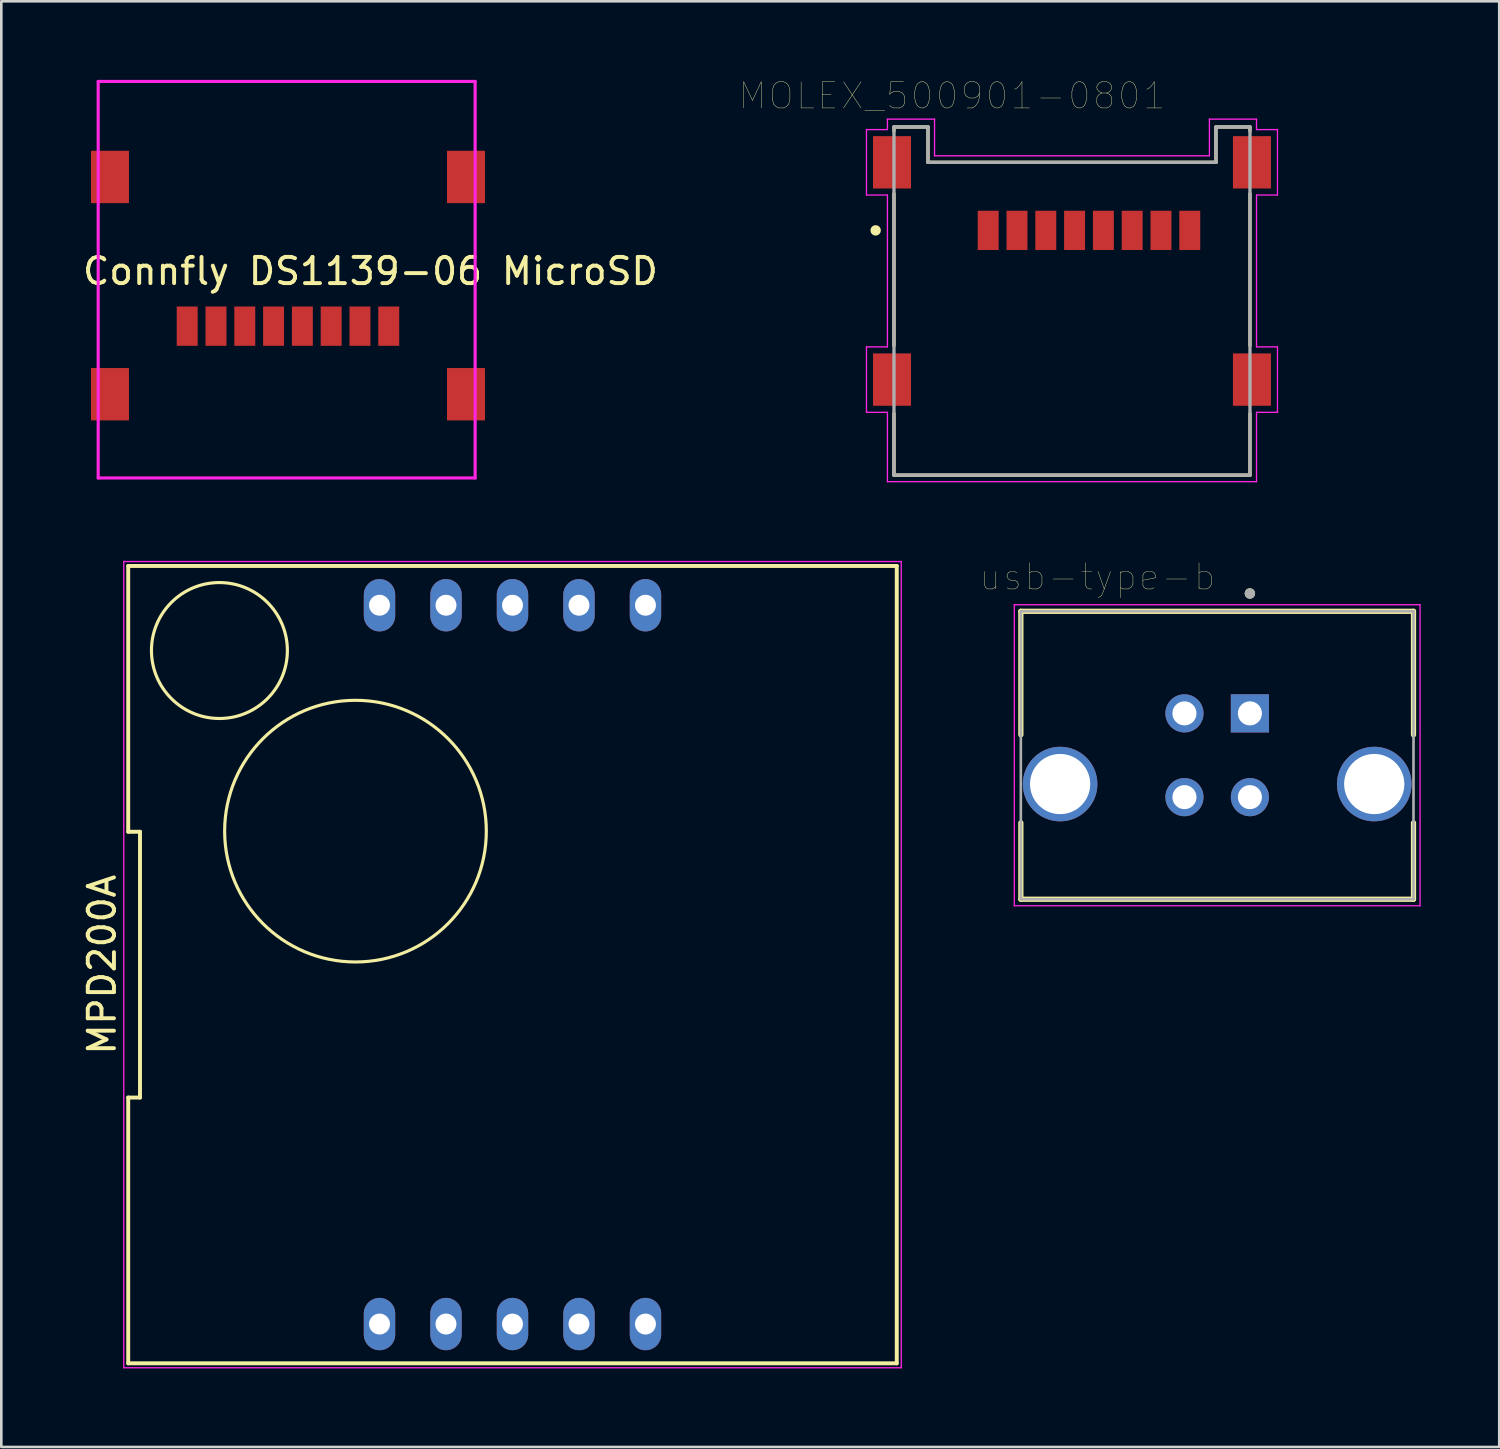
<source format=kicad_pcb>
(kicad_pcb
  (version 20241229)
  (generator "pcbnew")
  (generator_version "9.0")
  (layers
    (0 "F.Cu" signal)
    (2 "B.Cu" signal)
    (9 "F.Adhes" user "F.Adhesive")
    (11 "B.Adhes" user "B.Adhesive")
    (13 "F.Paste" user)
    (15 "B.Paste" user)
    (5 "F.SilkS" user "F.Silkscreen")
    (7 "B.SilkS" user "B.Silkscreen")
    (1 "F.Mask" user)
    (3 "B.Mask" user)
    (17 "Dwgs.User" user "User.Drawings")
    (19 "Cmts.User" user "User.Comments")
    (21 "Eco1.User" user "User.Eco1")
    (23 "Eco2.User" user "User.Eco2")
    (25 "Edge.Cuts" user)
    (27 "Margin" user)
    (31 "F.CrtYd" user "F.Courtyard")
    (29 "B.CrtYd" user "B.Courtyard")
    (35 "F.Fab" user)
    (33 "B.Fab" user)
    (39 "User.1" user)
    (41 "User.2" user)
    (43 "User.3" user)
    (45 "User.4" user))
  (footprint "usb-type-b"
    (layer "F.Cu")
    (at 43.448 25.802)
    (property "Reference" "usb-type-b" (at -4.575 -6.815 0) (layer "F.SilkS") (effects (font (size 1 1) (thickness 0.015))))
    (attr through_hole)
    (fp_line (start -7.5 -5.5) (end 7.5 -5.5) (stroke (width 0.2) (type solid)) (layer "F.SilkS"))
    (fp_line (start -7.5 -0.78) (end -7.5 -5.5) (stroke (width 0.2) (type solid)) (layer "F.SilkS"))
    (fp_line (start -7.5 5.5) (end -7.5 2.58) (stroke (width 0.2) (type solid)) (layer "F.SilkS"))
    (fp_line (start 7.5 -5.5) (end 7.5 -0.78) (stroke (width 0.2) (type solid)) (layer "F.SilkS"))
    (fp_line (start 7.5 2.58) (end 7.5 5.5) (stroke (width 0.2) (type solid)) (layer "F.SilkS"))
    (fp_line (start 7.5 5.5) (end -7.5 5.5) (stroke (width 0.2) (type solid)) (layer "F.SilkS"))
    (fp_circle (center 1.25 -6.18) (end 1.35 -6.18) (stroke (width 0.2) (type solid)) (fill no) (layer "F.SilkS"))
    (fp_line (start -7.75 -5.75) (end 7.75 -5.75) (stroke (width 0.05) (type solid)) (layer "F.CrtYd"))
    (fp_line (start -7.75 5.75) (end -7.75 -5.75) (stroke (width 0.05) (type solid)) (layer "F.CrtYd"))
    (fp_line (start 7.75 -5.75) (end 7.75 5.75) (stroke (width 0.05) (type solid)) (layer "F.CrtYd"))
    (fp_line (start 7.75 5.75) (end -7.75 5.75) (stroke (width 0.05) (type solid)) (layer "F.CrtYd"))
    (fp_line (start -7.5 -5.5) (end 7.5 -5.5) (stroke (width 0.1) (type solid)) (layer "F.Fab"))
    (fp_line (start -7.5 5.5) (end -7.5 -5.5) (stroke (width 0.1) (type solid)) (layer "F.Fab"))
    (fp_line (start 7.5 -5.5) (end 7.5 5.5) (stroke (width 0.1) (type solid)) (layer "F.Fab"))
    (fp_line (start 7.5 5.5) (end -7.5 5.5) (stroke (width 0.1) (type solid)) (layer "F.Fab"))
    (fp_circle (center 1.25 -6.18) (end 1.35 -6.18) (stroke (width 0.2) (type solid)) (fill no) (layer "F.Fab"))
    (pad "1" thru_hole rect (at 1.25 -1.6) (size 1.458 1.458) (drill 0.92) (layers "*.Cu" "*.Mask"))
    (pad "2" thru_hole circle (at -1.25 -1.6) (size 1.458 1.458) (drill 0.92) (layers "*.Cu" "*.Mask"))
    (pad "3" thru_hole circle (at -1.25 1.6) (size 1.458 1.458) (drill 0.92) (layers "*.Cu" "*.Mask"))
    (pad "4" thru_hole circle (at 1.25 1.6) (size 1.458 1.458) (drill 0.92) (layers "*.Cu" "*.Mask"))
    (pad "5" thru_hole circle (at -6 1.1) (size 2.85 2.85) (drill 2.3) (layers "*.Cu" "*.Mask"))
    (pad "5" thru_hole circle (at 6 1.1) (size 2.85 2.85) (drill 2.3) (layers "*.Cu" "*.Mask")))
  (footprint "MPD200A"
    (layer "F.Cu")
    (at 16.528 33.801)
    (property "Reference" "MPD200A" (at -15.68 0 90) (layer "F.SilkS") (effects (font (size 1 1) (thickness 0.15))))
    (attr through_hole)
    (fp_line (start -14.68 -5.077) (end -14.23 -5.077) (stroke (width 0.15) (type solid)) (layer "F.SilkS"))
    (fp_line (start -14.68 5.077) (end -14.68 15.23) (stroke (width 0.15) (type solid)) (layer "F.SilkS"))
    (fp_line (start -14.68 15.23) (end 14.68 15.23) (stroke (width 0.15) (type solid)) (layer "F.SilkS"))
    (fp_line (start -14.68 -15.23) (end -14.68 -5.077) (stroke (width 0.15) (type solid)) (layer "F.SilkS"))
    (fp_line (start -14.23 -5.077) (end -14.23 5.077) (stroke (width 0.15) (type solid)) (layer "F.SilkS"))
    (fp_line (start -14.23 5.077) (end -14.68 5.077) (stroke (width 0.15) (type solid)) (layer "F.SilkS"))
    (fp_line (start 14.68 15.23) (end 14.68 -15.23) (stroke (width 0.15) (type solid)) (layer "F.SilkS"))
    (fp_line (start 14.68 -15.23) (end -14.68 -15.23) (stroke (width 0.15) (type solid)) (layer "F.SilkS"))
    (fp_circle (center -11.196 -12) (end -8.696 -12.7) (stroke (width 0.12) (type solid)) (fill no) (layer "F.SilkS"))
    (fp_circle (center -5.998 -5.1) (end -1.298 -6.8) (stroke (width 0.12) (type solid)) (fill no) (layer "F.SilkS"))
    (fp_line (start -14.85 -15.4) (end 14.85 -15.4) (stroke (width 0.05) (type solid)) (layer "F.CrtYd"))
    (fp_line (start -14.85 15.4) (end -14.85 -15.4) (stroke (width 0.05) (type solid)) (layer "F.CrtYd"))
    (fp_line (start 14.85 -15.4) (end 14.85 15.4) (stroke (width 0.05) (type solid)) (layer "F.CrtYd"))
    (fp_line (start 14.85 15.4) (end -14.85 15.4) (stroke (width 0.05) (type solid)) (layer "F.CrtYd"))
    (pad "1" thru_hole oval (at -5.08 13.73) (size 1.2 2) (drill 0.8) (layers "*.Cu" "*.Mask"))
    (pad "2" thru_hole oval (at -2.54 13.73) (size 1.2 2) (drill 0.8) (layers "*.Cu" "*.Mask"))
    (pad "3" thru_hole oval (at 0 13.73) (size 1.2 2) (drill 0.8) (layers "*.Cu" "*.Mask"))
    (pad "4" thru_hole oval (at 2.54 13.73) (size 1.2 2) (drill 0.8) (layers "*.Cu" "*.Mask"))
    (pad "5" thru_hole oval (at 5.08 13.73) (size 1.2 2) (drill 0.8) (layers "*.Cu" "*.Mask"))
    (pad "6" thru_hole oval (at 5.08 -13.73) (size 1.2 2) (drill 0.8) (layers "*.Cu" "*.Mask"))
    (pad "7" thru_hole oval (at 2.54 -13.73) (size 1.2 2) (drill 0.8) (layers "*.Cu" "*.Mask"))
    (pad "8" thru_hole oval (at 0 -13.73) (size 1.2 2) (drill 0.8) (layers "*.Cu" "*.Mask"))
    (pad "9" thru_hole oval (at -2.54 -13.73) (size 1.2 2) (drill 0.8) (layers "*.Cu" "*.Mask"))
    (pad "10" thru_hole oval (at -5.08 -13.73) (size 1.2 2) (drill 0.8) (layers "*.Cu" "*.Mask")))
  (footprint "MOLEX_500901-0801"
    (layer "F.Cu")
    (at 37.901 5.751)
    (property "Reference" "MOLEX_500901-0801" (at -4.579 -5.139 0) (layer "F.SilkS") (effects (font (size 1.001 1.001) (thickness 0.015))))
    (attr through_hole)
    (fp_line (start -6.8 -3.95) (end -5.5 -3.95) (stroke (width 0.127) (type solid)) (layer "F.SilkS"))
    (fp_line (start -6.8 -3.8) (end -6.8 -3.95) (stroke (width 0.127) (type solid)) (layer "F.SilkS"))
    (fp_line (start -6.8 -1.4) (end -6.8 4.4) (stroke (width 0.127) (type solid)) (layer "F.SilkS"))
    (fp_line (start -6.8 7) (end -6.8 9.35) (stroke (width 0.127) (type solid)) (layer "F.SilkS"))
    (fp_line (start -6.8 9.35) (end 6.8 9.35) (stroke (width 0.127) (type solid)) (layer "F.SilkS"))
    (fp_line (start -5.5 -3.95) (end -5.5 -2.6) (stroke (width 0.127) (type solid)) (layer "F.SilkS"))
    (fp_line (start -5.5 -2.6) (end 5.5 -2.6) (stroke (width 0.127) (type solid)) (layer "F.SilkS"))
    (fp_line (start 5.5 -3.95) (end 6.8 -3.95) (stroke (width 0.127) (type solid)) (layer "F.SilkS"))
    (fp_line (start 5.5 -2.6) (end 5.5 -3.95) (stroke (width 0.127) (type solid)) (layer "F.SilkS"))
    (fp_line (start 6.8 -3.95) (end 6.8 -3.8) (stroke (width 0.127) (type solid)) (layer "F.SilkS"))
    (fp_line (start 6.8 4.4) (end 6.8 -1.4) (stroke (width 0.127) (type solid)) (layer "F.SilkS"))
    (fp_line (start 6.8 9.35) (end 6.8 7) (stroke (width 0.127) (type solid)) (layer "F.SilkS"))
    (fp_circle (center -7.5 0) (end -7.4 0) (stroke (width 0.2) (type solid)) (fill no) (layer "F.SilkS"))
    (fp_line (start -7.85 -3.85) (end -7.05 -3.85) (stroke (width 0.05) (type solid)) (layer "F.CrtYd"))
    (fp_line (start -7.85 -1.35) (end -7.85 -3.85) (stroke (width 0.05) (type solid)) (layer "F.CrtYd"))
    (fp_line (start -7.85 4.45) (end -7.05 4.45) (stroke (width 0.05) (type solid)) (layer "F.CrtYd"))
    (fp_line (start -7.85 6.95) (end -7.85 4.45) (stroke (width 0.05) (type solid)) (layer "F.CrtYd"))
    (fp_line (start -7.05 -4.25) (end -5.25 -4.25) (stroke (width 0.05) (type solid)) (layer "F.CrtYd"))
    (fp_line (start -7.05 -3.85) (end -7.05 -4.25) (stroke (width 0.05) (type solid)) (layer "F.CrtYd"))
    (fp_line (start -7.05 -1.35) (end -7.85 -1.35) (stroke (width 0.05) (type solid)) (layer "F.CrtYd"))
    (fp_line (start -7.05 4.45) (end -7.05 -1.35) (stroke (width 0.05) (type solid)) (layer "F.CrtYd"))
    (fp_line (start -7.05 6.95) (end -7.85 6.95) (stroke (width 0.05) (type solid)) (layer "F.CrtYd"))
    (fp_line (start -7.05 9.6) (end -7.05 6.95) (stroke (width 0.05) (type solid)) (layer "F.CrtYd"))
    (fp_line (start -5.25 -4.25) (end -5.25 -2.85) (stroke (width 0.05) (type solid)) (layer "F.CrtYd"))
    (fp_line (start -5.25 -2.85) (end 5.25 -2.85) (stroke (width 0.05) (type solid)) (layer "F.CrtYd"))
    (fp_line (start 5.25 -4.25) (end 7.05 -4.25) (stroke (width 0.05) (type solid)) (layer "F.CrtYd"))
    (fp_line (start 5.25 -2.85) (end 5.25 -4.25) (stroke (width 0.05) (type solid)) (layer "F.CrtYd"))
    (fp_line (start 7.05 -4.25) (end 7.05 -3.85) (stroke (width 0.05) (type solid)) (layer "F.CrtYd"))
    (fp_line (start 7.05 -3.85) (end 7.85 -3.85) (stroke (width 0.05) (type solid)) (layer "F.CrtYd"))
    (fp_line (start 7.05 -1.35) (end 7.05 4.45) (stroke (width 0.05) (type solid)) (layer "F.CrtYd"))
    (fp_line (start 7.05 4.45) (end 7.85 4.45) (stroke (width 0.05) (type solid)) (layer "F.CrtYd"))
    (fp_line (start 7.05 6.95) (end 7.05 9.6) (stroke (width 0.05) (type solid)) (layer "F.CrtYd"))
    (fp_line (start 7.05 9.6) (end -7.05 9.6) (stroke (width 0.05) (type solid)) (layer "F.CrtYd"))
    (fp_line (start 7.85 -3.85) (end 7.85 -1.35) (stroke (width 0.05) (type solid)) (layer "F.CrtYd"))
    (fp_line (start 7.85 -1.35) (end 7.05 -1.35) (stroke (width 0.05) (type solid)) (layer "F.CrtYd"))
    (fp_line (start 7.85 4.45) (end 7.85 6.95) (stroke (width 0.05) (type solid)) (layer "F.CrtYd"))
    (fp_line (start 7.85 6.95) (end 7.05 6.95) (stroke (width 0.05) (type solid)) (layer "F.CrtYd"))
    (fp_line (start -6.8 -3.95) (end -5.5 -3.95) (stroke (width 0.127) (type solid)) (layer "F.Fab"))
    (fp_line (start -6.8 9.35) (end -6.8 -3.95) (stroke (width 0.127) (type solid)) (layer "F.Fab"))
    (fp_line (start -5.5 -3.95) (end -5.5 -2.6) (stroke (width 0.127) (type solid)) (layer "F.Fab"))
    (fp_line (start -5.5 -2.6) (end 5.5 -2.6) (stroke (width 0.127) (type solid)) (layer "F.Fab"))
    (fp_line (start 5.5 -3.95) (end 6.8 -3.95) (stroke (width 0.127) (type solid)) (layer "F.Fab"))
    (fp_line (start 5.5 -2.6) (end 5.5 -3.95) (stroke (width 0.127) (type solid)) (layer "F.Fab"))
    (fp_line (start 6.8 -3.95) (end 6.8 9.35) (stroke (width 0.127) (type solid)) (layer "F.Fab"))
    (fp_line (start 6.8 9.35) (end -6.8 9.35) (stroke (width 0.127) (type solid)) (layer "F.Fab"))
    (pad "1" smd rect (at -3.2 0) (size 0.8 1.5) (layers "F.Cu" "F.Mask" "F.Paste"))
    (pad "2" smd rect (at -2.1 0) (size 0.8 1.5) (layers "F.Cu" "F.Mask" "F.Paste"))
    (pad "3" smd rect (at -1 0) (size 0.8 1.5) (layers "F.Cu" "F.Mask" "F.Paste"))
    (pad "4" smd rect (at 0.1 0) (size 0.8 1.5) (layers "F.Cu" "F.Mask" "F.Paste"))
    (pad "5" smd rect (at 1.2 0) (size 0.8 1.5) (layers "F.Cu" "F.Mask" "F.Paste"))
    (pad "6" smd rect (at 2.3 0) (size 0.8 1.5) (layers "F.Cu" "F.Mask" "F.Paste"))
    (pad "7" smd rect (at 3.4 0) (size 0.8 1.5) (layers "F.Cu" "F.Mask" "F.Paste"))
    (pad "8" smd rect (at 4.5 0) (size 0.8 1.5) (layers "F.Cu" "F.Mask" "F.Paste"))
    (pad "SH1" smd rect (at -6.875 -2.6) (size 1.45 2) (layers "F.Cu" "F.Mask" "F.Paste"))
    (pad "SH2" smd rect (at 6.875 -2.6) (size 1.45 2) (layers "F.Cu" "F.Mask" "F.Paste"))
    (pad "SH3" smd rect (at -6.875 5.7) (size 1.45 2) (layers "F.Cu" "F.Mask" "F.Paste"))
    (pad "SH4" smd rect (at 6.875 5.7) (size 1.45 2) (layers "F.Cu" "F.Mask" "F.Paste")))
  (footprint "Connfly DS1139-06 MicroSD"
    (layer "F.Cu")
    (at 11.101 6.81)
    (property "Reference" "Connfly DS1139-06 MicroSD" (at 0 0.5 0) (layer "F.SilkS") (effects (font (size 1 1) (thickness 0.15))))
    (attr through_hole)
    (fp_line (start -10.4 -6.75) (end 4 -6.75) (stroke (width 0.12) (type solid)) (layer "F.CrtYd"))
    (fp_line (start -10.4 8.4) (end -10.4 -6.75) (stroke (width 0.12) (type solid)) (layer "F.CrtYd"))
    (fp_line (start -10.4 8.4) (end 4 8.4) (stroke (width 0.12) (type solid)) (layer "F.CrtYd"))
    (fp_line (start 4 8.4) (end 4 -6.75) (stroke (width 0.12) (type solid)) (layer "F.CrtYd"))
    (pad "1" smd rect (at 0.7 2.6) (size 0.8 1.5) (layers "F.Cu" "F.Mask" "F.Paste"))
    (pad "2" smd rect (at -0.4 2.6) (size 0.8 1.5) (layers "F.Cu" "F.Mask" "F.Paste"))
    (pad "3" smd rect (at -1.5 2.6) (size 0.8 1.5) (layers "F.Cu" "F.Mask" "F.Paste"))
    (pad "4" smd rect (at -2.6 2.6) (size 0.8 1.5) (layers "F.Cu" "F.Mask" "F.Paste"))
    (pad "5" smd rect (at -3.7 2.6) (size 0.8 1.5) (layers "F.Cu" "F.Mask" "F.Paste"))
    (pad "6" smd rect (at -4.8 2.6) (size 0.8 1.5) (layers "F.Cu" "F.Mask" "F.Paste"))
    (pad "7" smd rect (at -5.9 2.6) (size 0.8 1.5) (layers "F.Cu" "F.Mask" "F.Paste"))
    (pad "8" smd rect (at -7 2.6) (size 0.8 1.5) (layers "F.Cu" "F.Mask" "F.Paste"))
    (pad "9" smd rect (at -9.95 -3.1) (size 1.45 2) (layers "F.Cu" "F.Mask" "F.Paste"))
    (pad "9" smd rect (at -9.95 5.2) (size 1.45 2) (layers "F.Cu" "F.Mask" "F.Paste"))
    (pad "9" smd rect (at 3.65 -3.1) (size 1.45 2) (layers "F.Cu" "F.Mask" "F.Paste"))
    (pad "9" smd rect (at 3.65 5.2) (size 1.45 2) (layers "F.Cu" "F.Mask" "F.Paste")))
  (gr_rect
    (start -3 -3)
    (end 54.223 52.226)
    (stroke (width 0.1) (type default))
    (fill no)
    (layer "Edge.Cuts")))
</source>
